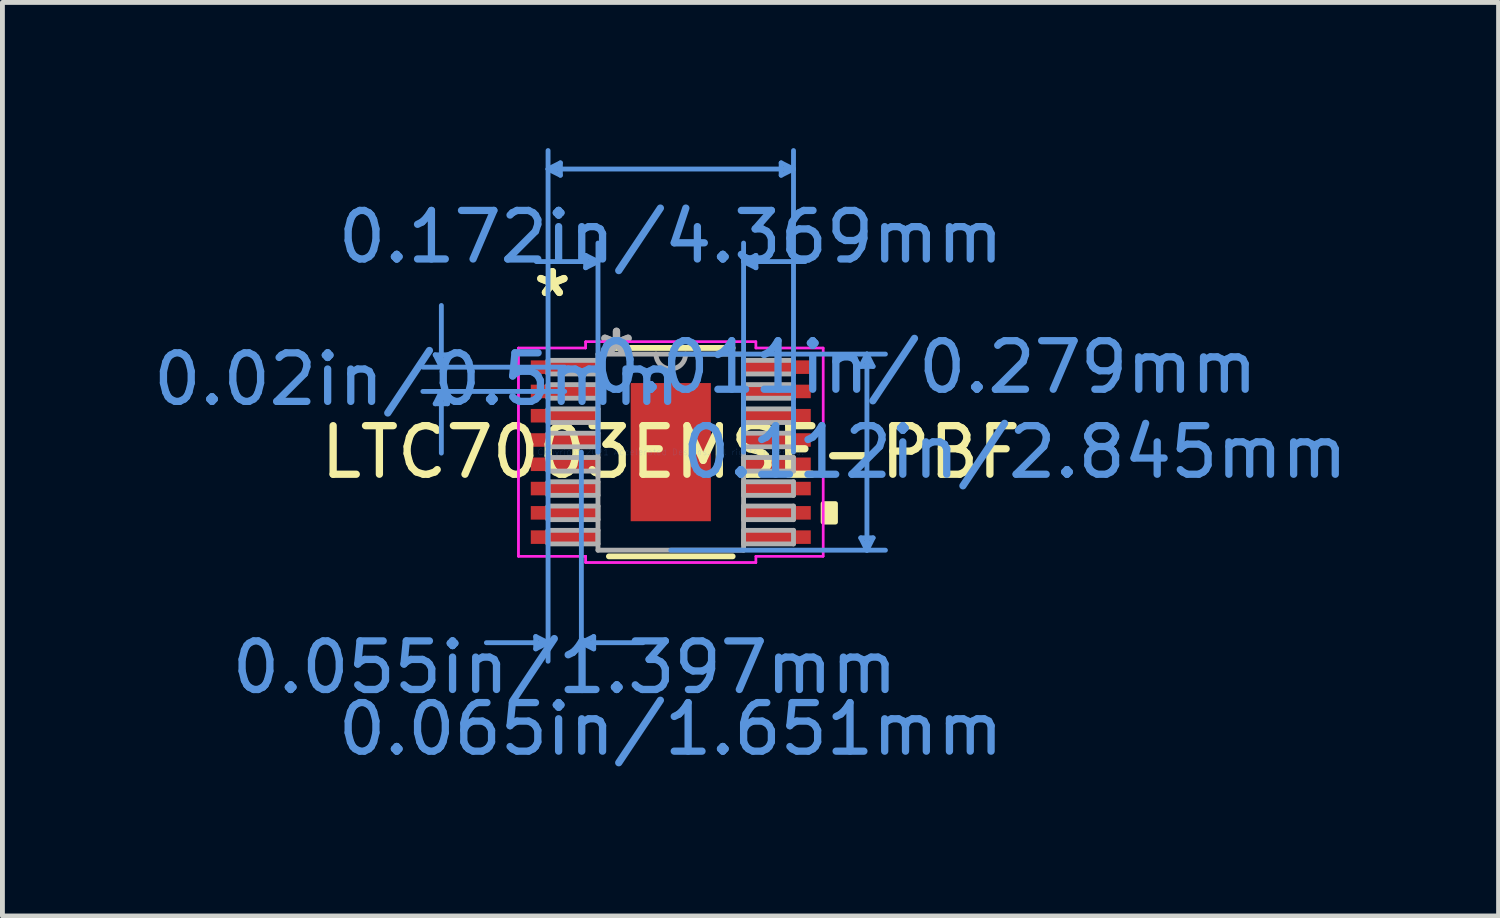
<source format=kicad_pcb>
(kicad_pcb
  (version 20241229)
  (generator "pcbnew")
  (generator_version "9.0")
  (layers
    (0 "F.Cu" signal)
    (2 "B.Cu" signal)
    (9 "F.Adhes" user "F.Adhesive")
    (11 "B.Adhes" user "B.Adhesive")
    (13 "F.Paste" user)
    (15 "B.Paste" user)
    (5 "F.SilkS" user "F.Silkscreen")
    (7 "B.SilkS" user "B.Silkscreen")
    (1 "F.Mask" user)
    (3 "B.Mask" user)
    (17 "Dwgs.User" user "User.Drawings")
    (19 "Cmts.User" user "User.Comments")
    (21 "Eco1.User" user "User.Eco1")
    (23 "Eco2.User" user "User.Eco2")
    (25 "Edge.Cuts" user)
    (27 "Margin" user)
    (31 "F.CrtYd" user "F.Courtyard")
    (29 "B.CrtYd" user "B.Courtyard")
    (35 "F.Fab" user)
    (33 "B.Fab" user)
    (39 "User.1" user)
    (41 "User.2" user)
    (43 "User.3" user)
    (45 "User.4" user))
  (footprint "LTC7003EMSE-PBF"
    (layer "F.Cu")
    (at 10.762 6.26)
    (property "Reference" "LTC7003EMSE-PBF" (at 0 0 0) (layer "F.SilkS") (effects (font (size 1 1) (thickness 0.15))))
    (attr through_hole)
    (fp_line (start -1.274 2.146) (end 1.274 2.146) (stroke (width 0.12) (type solid)) (layer "F.SilkS"))
    (fp_line (start 1.274 -2.146) (end -1.274 -2.146) (stroke (width 0.12) (type solid)) (layer "F.SilkS"))
    (fp_poly (pts (xy 3.391 1.06) (xy 3.391 1.44) (xy 3.137 1.44) (xy 3.137 1.06)) (stroke (width 0.1) (type solid)) (fill yes) (layer "F.SilkS"))
    (fp_poly (pts (xy -0.726 -1.322) (xy -0.726 -0.1) (xy 0.726 -0.1) (xy 0.726 -1.322)) (stroke (width 0.1) (type solid)) (fill yes) (layer "F.Paste"))
    (fp_poly (pts (xy -0.726 0.1) (xy -0.726 1.322) (xy 0.726 1.322) (xy 0.726 0.1)) (stroke (width 0.1) (type solid)) (fill yes) (layer "F.Paste"))
    (fp_line (start -4.851 -2.004) (end -4.597 -2.004) (stroke (width 0.1) (type solid)) (layer "Cmts.User"))
    (fp_line (start -4.851 -0.996) (end -4.597 -0.996) (stroke (width 0.1) (type solid)) (layer "Cmts.User"))
    (fp_line (start -4.724 -1.75) (end -4.851 -2.004) (stroke (width 0.1) (type solid)) (layer "Cmts.User"))
    (fp_line (start -4.724 -1.75) (end -4.724 -3.02) (stroke (width 0.1) (type solid)) (layer "Cmts.User"))
    (fp_line (start -4.724 -1.75) (end -4.597 -2.004) (stroke (width 0.1) (type solid)) (layer "Cmts.User"))
    (fp_line (start -4.724 -1.25) (end -4.851 -0.996) (stroke (width 0.1) (type solid)) (layer "Cmts.User"))
    (fp_line (start -4.724 -1.25) (end -4.724 0.02) (stroke (width 0.1) (type solid)) (layer "Cmts.User"))
    (fp_line (start -4.724 -1.25) (end -4.597 -0.996) (stroke (width 0.1) (type solid)) (layer "Cmts.User"))
    (fp_line (start -2.781 3.797) (end -2.781 4.051) (stroke (width 0.1) (type solid)) (layer "Cmts.User"))
    (fp_line (start -2.527 -5.829) (end -2.273 -5.956) (stroke (width 0.1) (type solid)) (layer "Cmts.User"))
    (fp_line (start -2.527 -5.829) (end -2.273 -5.702) (stroke (width 0.1) (type solid)) (layer "Cmts.User"))
    (fp_line (start -2.527 -5.829) (end 2.527 -5.829) (stroke (width 0.1) (type solid)) (layer "Cmts.User"))
    (fp_line (start -2.527 0) (end -2.527 -6.21) (stroke (width 0.1) (type solid)) (layer "Cmts.User"))
    (fp_line (start -2.527 0) (end -2.527 4.305) (stroke (width 0.1) (type solid)) (layer "Cmts.User"))
    (fp_line (start -2.527 3.924) (end -3.797 3.924) (stroke (width 0.1) (type solid)) (layer "Cmts.User"))
    (fp_line (start -2.527 3.924) (end -2.781 3.797) (stroke (width 0.1) (type solid)) (layer "Cmts.User"))
    (fp_line (start -2.527 3.924) (end -2.781 4.051) (stroke (width 0.1) (type solid)) (layer "Cmts.User"))
    (fp_line (start -2.273 -5.956) (end -2.273 -5.702) (stroke (width 0.1) (type solid)) (layer "Cmts.User"))
    (fp_line (start -2.184 -1.75) (end -5.105 -1.75) (stroke (width 0.1) (type solid)) (layer "Cmts.User"))
    (fp_line (start -2.184 -1.25) (end -5.105 -1.25) (stroke (width 0.1) (type solid)) (layer "Cmts.User"))
    (fp_line (start -1.841 0) (end -1.841 4.305) (stroke (width 0.1) (type solid)) (layer "Cmts.User"))
    (fp_line (start -1.841 3.924) (end -1.587 3.797) (stroke (width 0.1) (type solid)) (layer "Cmts.User"))
    (fp_line (start -1.841 3.924) (end -1.587 4.051) (stroke (width 0.1) (type solid)) (layer "Cmts.User"))
    (fp_line (start -1.841 3.924) (end -0.572 3.924) (stroke (width 0.1) (type solid)) (layer "Cmts.User"))
    (fp_line (start -1.753 -4.051) (end -1.753 -3.797) (stroke (width 0.1) (type solid)) (layer "Cmts.User"))
    (fp_line (start -1.587 3.797) (end -1.587 4.051) (stroke (width 0.1) (type solid)) (layer "Cmts.User"))
    (fp_line (start -1.499 -3.924) (end -2.769 -3.924) (stroke (width 0.1) (type solid)) (layer "Cmts.User"))
    (fp_line (start -1.499 -3.924) (end -1.753 -4.051) (stroke (width 0.1) (type solid)) (layer "Cmts.User"))
    (fp_line (start -1.499 -3.924) (end -1.753 -3.797) (stroke (width 0.1) (type solid)) (layer "Cmts.User"))
    (fp_line (start -1.499 0) (end -1.499 -4.305) (stroke (width 0.1) (type solid)) (layer "Cmts.User"))
    (fp_line (start 0 -2.019) (end 4.42 -2.019) (stroke (width 0.1) (type solid)) (layer "Cmts.User"))
    (fp_line (start 0 2.019) (end 4.42 2.019) (stroke (width 0.1) (type solid)) (layer "Cmts.User"))
    (fp_line (start 1.499 -3.924) (end 1.753 -4.051) (stroke (width 0.1) (type solid)) (layer "Cmts.User"))
    (fp_line (start 1.499 -3.924) (end 1.753 -3.797) (stroke (width 0.1) (type solid)) (layer "Cmts.User"))
    (fp_line (start 1.499 -3.924) (end 2.769 -3.924) (stroke (width 0.1) (type solid)) (layer "Cmts.User"))
    (fp_line (start 1.499 0) (end 1.499 -4.305) (stroke (width 0.1) (type solid)) (layer "Cmts.User"))
    (fp_line (start 1.753 -4.051) (end 1.753 -3.797) (stroke (width 0.1) (type solid)) (layer "Cmts.User"))
    (fp_line (start 2.273 -5.956) (end 2.273 -5.702) (stroke (width 0.1) (type solid)) (layer "Cmts.User"))
    (fp_line (start 2.527 -5.829) (end 2.273 -5.956) (stroke (width 0.1) (type solid)) (layer "Cmts.User"))
    (fp_line (start 2.527 -5.829) (end 2.273 -5.702) (stroke (width 0.1) (type solid)) (layer "Cmts.User"))
    (fp_line (start 2.527 0) (end 2.527 -6.21) (stroke (width 0.1) (type solid)) (layer "Cmts.User"))
    (fp_line (start 3.912 -1.765) (end 4.166 -1.765) (stroke (width 0.1) (type solid)) (layer "Cmts.User"))
    (fp_line (start 3.912 1.765) (end 4.166 1.765) (stroke (width 0.1) (type solid)) (layer "Cmts.User"))
    (fp_line (start 4.039 -2.019) (end 3.912 -1.765) (stroke (width 0.1) (type solid)) (layer "Cmts.User"))
    (fp_line (start 4.039 -2.019) (end 4.039 2.019) (stroke (width 0.1) (type solid)) (layer "Cmts.User"))
    (fp_line (start 4.039 -2.019) (end 4.166 -1.765) (stroke (width 0.1) (type solid)) (layer "Cmts.User"))
    (fp_line (start 4.039 2.019) (end 3.912 1.765) (stroke (width 0.1) (type solid)) (layer "Cmts.User"))
    (fp_line (start 4.039 2.019) (end 4.166 1.765) (stroke (width 0.1) (type solid)) (layer "Cmts.User"))
    (fp_line (start -3.137 -2.144) (end -1.753 -2.144) (stroke (width 0.05) (type solid)) (layer "F.CrtYd"))
    (fp_line (start -3.137 -2.144) (end -1.753 -2.144) (stroke (width 0.05) (type solid)) (layer "F.CrtYd"))
    (fp_line (start -3.137 2.144) (end -3.137 -2.144) (stroke (width 0.05) (type solid)) (layer "F.CrtYd"))
    (fp_line (start -3.137 2.144) (end -3.137 -2.144) (stroke (width 0.05) (type solid)) (layer "F.CrtYd"))
    (fp_line (start -3.137 2.144) (end -1.753 2.144) (stroke (width 0.05) (type solid)) (layer "F.CrtYd"))
    (fp_line (start -1.753 -2.273) (end 1.753 -2.273) (stroke (width 0.05) (type solid)) (layer "F.CrtYd"))
    (fp_line (start -1.753 -2.273) (end 1.753 -2.273) (stroke (width 0.05) (type solid)) (layer "F.CrtYd"))
    (fp_line (start -1.753 -2.144) (end -1.753 -2.273) (stroke (width 0.05) (type solid)) (layer "F.CrtYd"))
    (fp_line (start -1.753 -2.144) (end -1.753 -2.273) (stroke (width 0.05) (type solid)) (layer "F.CrtYd"))
    (fp_line (start -1.753 2.144) (end -3.137 2.144) (stroke (width 0.05) (type solid)) (layer "F.CrtYd"))
    (fp_line (start -1.753 2.273) (end -1.753 2.144) (stroke (width 0.05) (type solid)) (layer "F.CrtYd"))
    (fp_line (start -1.753 2.273) (end -1.753 2.144) (stroke (width 0.05) (type solid)) (layer "F.CrtYd"))
    (fp_line (start 1.753 -2.273) (end 1.753 -2.144) (stroke (width 0.05) (type solid)) (layer "F.CrtYd"))
    (fp_line (start 1.753 -2.273) (end 1.753 -2.144) (stroke (width 0.05) (type solid)) (layer "F.CrtYd"))
    (fp_line (start 1.753 -2.144) (end 3.137 -2.144) (stroke (width 0.05) (type solid)) (layer "F.CrtYd"))
    (fp_line (start 1.753 2.144) (end 1.753 2.273) (stroke (width 0.05) (type solid)) (layer "F.CrtYd"))
    (fp_line (start 1.753 2.144) (end 1.753 2.273) (stroke (width 0.05) (type solid)) (layer "F.CrtYd"))
    (fp_line (start 1.753 2.273) (end -1.753 2.273) (stroke (width 0.05) (type solid)) (layer "F.CrtYd"))
    (fp_line (start 1.753 2.273) (end -1.753 2.273) (stroke (width 0.05) (type solid)) (layer "F.CrtYd"))
    (fp_line (start 3.137 -2.144) (end 1.753 -2.144) (stroke (width 0.05) (type solid)) (layer "F.CrtYd"))
    (fp_line (start 3.137 -2.144) (end 3.137 2.144) (stroke (width 0.05) (type solid)) (layer "F.CrtYd"))
    (fp_line (start 3.137 -2.144) (end 3.137 2.144) (stroke (width 0.05) (type solid)) (layer "F.CrtYd"))
    (fp_line (start 3.137 2.144) (end 1.753 2.144) (stroke (width 0.05) (type solid)) (layer "F.CrtYd"))
    (fp_line (start 3.137 2.144) (end 1.753 2.144) (stroke (width 0.05) (type solid)) (layer "F.CrtYd"))
    (fp_line (start -2.527 -1.89) (end -2.527 -1.61) (stroke (width 0.1) (type solid)) (layer "F.Fab"))
    (fp_line (start -2.527 -1.61) (end -1.499 -1.61) (stroke (width 0.1) (type solid)) (layer "F.Fab"))
    (fp_line (start -2.527 -1.39) (end -2.527 -1.11) (stroke (width 0.1) (type solid)) (layer "F.Fab"))
    (fp_line (start -2.527 -1.11) (end -1.499 -1.11) (stroke (width 0.1) (type solid)) (layer "F.Fab"))
    (fp_line (start -2.527 -0.89) (end -2.527 -0.61) (stroke (width 0.1) (type solid)) (layer "F.Fab"))
    (fp_line (start -2.527 -0.61) (end -1.499 -0.61) (stroke (width 0.1) (type solid)) (layer "F.Fab"))
    (fp_line (start -2.527 -0.39) (end -2.527 -0.11) (stroke (width 0.1) (type solid)) (layer "F.Fab"))
    (fp_line (start -2.527 -0.11) (end -1.499 -0.11) (stroke (width 0.1) (type solid)) (layer "F.Fab"))
    (fp_line (start -2.527 0.11) (end -2.527 0.39) (stroke (width 0.1) (type solid)) (layer "F.Fab"))
    (fp_line (start -2.527 0.39) (end -1.499 0.39) (stroke (width 0.1) (type solid)) (layer "F.Fab"))
    (fp_line (start -2.527 0.61) (end -2.527 0.89) (stroke (width 0.1) (type solid)) (layer "F.Fab"))
    (fp_line (start -2.527 0.89) (end -1.499 0.89) (stroke (width 0.1) (type solid)) (layer "F.Fab"))
    (fp_line (start -2.527 1.11) (end -2.527 1.39) (stroke (width 0.1) (type solid)) (layer "F.Fab"))
    (fp_line (start -2.527 1.39) (end -1.499 1.39) (stroke (width 0.1) (type solid)) (layer "F.Fab"))
    (fp_line (start -2.527 1.61) (end -2.527 1.89) (stroke (width 0.1) (type solid)) (layer "F.Fab"))
    (fp_line (start -2.527 1.89) (end -1.499 1.89) (stroke (width 0.1) (type solid)) (layer "F.Fab"))
    (fp_line (start -1.499 -2.019) (end -1.499 2.019) (stroke (width 0.1) (type solid)) (layer "F.Fab"))
    (fp_line (start -1.499 -1.89) (end -2.527 -1.89) (stroke (width 0.1) (type solid)) (layer "F.Fab"))
    (fp_line (start -1.499 -1.61) (end -1.499 -1.89) (stroke (width 0.1) (type solid)) (layer "F.Fab"))
    (fp_line (start -1.499 -1.39) (end -2.527 -1.39) (stroke (width 0.1) (type solid)) (layer "F.Fab"))
    (fp_line (start -1.499 -1.11) (end -1.499 -1.39) (stroke (width 0.1) (type solid)) (layer "F.Fab"))
    (fp_line (start -1.499 -0.89) (end -2.527 -0.89) (stroke (width 0.1) (type solid)) (layer "F.Fab"))
    (fp_line (start -1.499 -0.61) (end -1.499 -0.89) (stroke (width 0.1) (type solid)) (layer "F.Fab"))
    (fp_line (start -1.499 -0.39) (end -2.527 -0.39) (stroke (width 0.1) (type solid)) (layer "F.Fab"))
    (fp_line (start -1.499 -0.11) (end -1.499 -0.39) (stroke (width 0.1) (type solid)) (layer "F.Fab"))
    (fp_line (start -1.499 0.11) (end -2.527 0.11) (stroke (width 0.1) (type solid)) (layer "F.Fab"))
    (fp_line (start -1.499 0.39) (end -1.499 0.11) (stroke (width 0.1) (type solid)) (layer "F.Fab"))
    (fp_line (start -1.499 0.61) (end -2.527 0.61) (stroke (width 0.1) (type solid)) (layer "F.Fab"))
    (fp_line (start -1.499 0.89) (end -1.499 0.61) (stroke (width 0.1) (type solid)) (layer "F.Fab"))
    (fp_line (start -1.499 1.11) (end -2.527 1.11) (stroke (width 0.1) (type solid)) (layer "F.Fab"))
    (fp_line (start -1.499 1.39) (end -1.499 1.11) (stroke (width 0.1) (type solid)) (layer "F.Fab"))
    (fp_line (start -1.499 1.61) (end -2.527 1.61) (stroke (width 0.1) (type solid)) (layer "F.Fab"))
    (fp_line (start -1.499 1.89) (end -1.499 1.61) (stroke (width 0.1) (type solid)) (layer "F.Fab"))
    (fp_line (start -1.499 2.019) (end 1.499 2.019) (stroke (width 0.1) (type solid)) (layer "F.Fab"))
    (fp_line (start 1.499 -2.019) (end -1.499 -2.019) (stroke (width 0.1) (type solid)) (layer "F.Fab"))
    (fp_line (start 1.499 -1.89) (end 1.499 -1.61) (stroke (width 0.1) (type solid)) (layer "F.Fab"))
    (fp_line (start 1.499 -1.61) (end 2.527 -1.61) (stroke (width 0.1) (type solid)) (layer "F.Fab"))
    (fp_line (start 1.499 -1.39) (end 1.499 -1.11) (stroke (width 0.1) (type solid)) (layer "F.Fab"))
    (fp_line (start 1.499 -1.11) (end 2.527 -1.11) (stroke (width 0.1) (type solid)) (layer "F.Fab"))
    (fp_line (start 1.499 -0.89) (end 1.499 -0.61) (stroke (width 0.1) (type solid)) (layer "F.Fab"))
    (fp_line (start 1.499 -0.61) (end 2.527 -0.61) (stroke (width 0.1) (type solid)) (layer "F.Fab"))
    (fp_line (start 1.499 -0.39) (end 1.499 -0.11) (stroke (width 0.1) (type solid)) (layer "F.Fab"))
    (fp_line (start 1.499 -0.11) (end 2.527 -0.11) (stroke (width 0.1) (type solid)) (layer "F.Fab"))
    (fp_line (start 1.499 0.11) (end 1.499 0.39) (stroke (width 0.1) (type solid)) (layer "F.Fab"))
    (fp_line (start 1.499 0.39) (end 2.527 0.39) (stroke (width 0.1) (type solid)) (layer "F.Fab"))
    (fp_line (start 1.499 0.61) (end 1.499 0.89) (stroke (width 0.1) (type solid)) (layer "F.Fab"))
    (fp_line (start 1.499 0.89) (end 2.527 0.89) (stroke (width 0.1) (type solid)) (layer "F.Fab"))
    (fp_line (start 1.499 1.11) (end 1.499 1.39) (stroke (width 0.1) (type solid)) (layer "F.Fab"))
    (fp_line (start 1.499 1.39) (end 2.527 1.39) (stroke (width 0.1) (type solid)) (layer "F.Fab"))
    (fp_line (start 1.499 1.61) (end 1.499 1.89) (stroke (width 0.1) (type solid)) (layer "F.Fab"))
    (fp_line (start 1.499 1.89) (end 2.527 1.89) (stroke (width 0.1) (type solid)) (layer "F.Fab"))
    (fp_line (start 1.499 2.019) (end 1.499 -2.019) (stroke (width 0.1) (type solid)) (layer "F.Fab"))
    (fp_line (start 2.527 -1.89) (end 1.499 -1.89) (stroke (width 0.1) (type solid)) (layer "F.Fab"))
    (fp_line (start 2.527 -1.61) (end 2.527 -1.89) (stroke (width 0.1) (type solid)) (layer "F.Fab"))
    (fp_line (start 2.527 -1.39) (end 1.499 -1.39) (stroke (width 0.1) (type solid)) (layer "F.Fab"))
    (fp_line (start 2.527 -1.11) (end 2.527 -1.39) (stroke (width 0.1) (type solid)) (layer "F.Fab"))
    (fp_line (start 2.527 -0.89) (end 1.499 -0.89) (stroke (width 0.1) (type solid)) (layer "F.Fab"))
    (fp_line (start 2.527 -0.61) (end 2.527 -0.89) (stroke (width 0.1) (type solid)) (layer "F.Fab"))
    (fp_line (start 2.527 -0.39) (end 1.499 -0.39) (stroke (width 0.1) (type solid)) (layer "F.Fab"))
    (fp_line (start 2.527 -0.11) (end 2.527 -0.39) (stroke (width 0.1) (type solid)) (layer "F.Fab"))
    (fp_line (start 2.527 0.11) (end 1.499 0.11) (stroke (width 0.1) (type solid)) (layer "F.Fab"))
    (fp_line (start 2.527 0.39) (end 2.527 0.11) (stroke (width 0.1) (type solid)) (layer "F.Fab"))
    (fp_line (start 2.527 0.61) (end 1.499 0.61) (stroke (width 0.1) (type solid)) (layer "F.Fab"))
    (fp_line (start 2.527 0.89) (end 2.527 0.61) (stroke (width 0.1) (type solid)) (layer "F.Fab"))
    (fp_line (start 2.527 1.11) (end 1.499 1.11) (stroke (width 0.1) (type solid)) (layer "F.Fab"))
    (fp_line (start 2.527 1.39) (end 2.527 1.11) (stroke (width 0.1) (type solid)) (layer "F.Fab"))
    (fp_line (start 2.527 1.61) (end 1.499 1.61) (stroke (width 0.1) (type solid)) (layer "F.Fab"))
    (fp_line (start 2.527 1.89) (end 2.527 1.61) (stroke (width 0.1) (type solid)) (layer "F.Fab"))
    (fp_arc (start 0.3048 -2.0193) (mid 0 -1.7145) (end -0.3048 -2.0193) (stroke (width 0.1) (type solid)) (layer "F.Fab"))
    (fp_text user "*" (at -2.438 -3.172 0) (layer "F.SilkS") (effects (font (size 1 1) (thickness 0.15))))
    (fp_text user "*" (at -2.438 -3.172 0) (layer "F.SilkS") (effects (font (size 1 1) (thickness 0.15))))
    (fp_text user "0.172in/4.369mm" (at 0 -4.432 0) (layer "Cmts.User") (effects (font (size 1 1) (thickness 0.15))))
    (fp_text user "0.065in/1.651mm" (at 0 5.702 0) (layer "Cmts.User") (effects (font (size 1 1) (thickness 0.15))))
    (fp_text user "0.055in/1.397mm" (at -2.184 4.432 0) (layer "Cmts.User") (effects (font (size 1 1) (thickness 0.15))))
    (fp_text user "Copyright 2021 Accelerated Designs. All rights reserved." (at 0 0 0) (layer "Cmts.User") (effects (font (size 0.127 0.127) (thickness 0.002))))
    (fp_text user "0.112in/2.845mm" (at 7.087 0 0) (layer "Cmts.User") (effects (font (size 1 1) (thickness 0.15))))
    (fp_text user "0.011in/0.279mm" (at 5.232 -1.75 0) (layer "Cmts.User") (effects (font (size 1 1) (thickness 0.15))))
    (fp_text user "0.02in/0.5mm" (at -5.232 -1.5 0) (layer "Cmts.User") (effects (font (size 1 1) (thickness 0.15))))
    (fp_text user "*" (at -1.118 -1.943 0) (layer "F.Fab") (effects (font (size 1 1) (thickness 0.15))))
    (fp_text user "*" (at -1.118 -1.943 0) (layer "F.Fab") (effects (font (size 1 1) (thickness 0.15))))
    (pad "1" smd rect (at -2.184 -1.75) (size 1.397 0.279) (layers "F.Cu" "F.Mask" "F.Paste"))
    (pad "2" smd rect (at -2.184 -1.25) (size 1.397 0.279) (layers "F.Cu" "F.Mask" "F.Paste"))
    (pad "3" smd rect (at -2.184 -0.75) (size 1.397 0.279) (layers "F.Cu" "F.Mask" "F.Paste"))
    (pad "4" smd rect (at -2.184 -0.25) (size 1.397 0.279) (layers "F.Cu" "F.Mask" "F.Paste"))
    (pad "5" smd rect (at -2.184 0.25) (size 1.397 0.279) (layers "F.Cu" "F.Mask" "F.Paste"))
    (pad "6" smd rect (at -2.184 0.75) (size 1.397 0.279) (layers "F.Cu" "F.Mask" "F.Paste"))
    (pad "7" smd rect (at -2.184 1.25) (size 1.397 0.279) (layers "F.Cu" "F.Mask" "F.Paste"))
    (pad "8" smd rect (at -2.184 1.75) (size 1.397 0.279) (layers "F.Cu" "F.Mask" "F.Paste"))
    (pad "9" smd rect (at 2.184 1.75) (size 1.397 0.279) (layers "F.Cu" "F.Mask" "F.Paste"))
    (pad "10" smd rect (at 2.184 1.25) (size 1.397 0.279) (layers "F.Cu" "F.Mask" "F.Paste"))
    (pad "11" smd rect (at 2.184 0.75) (size 1.397 0.279) (layers "F.Cu" "F.Mask" "F.Paste"))
    (pad "12" smd rect (at 2.184 0.25) (size 1.397 0.279) (layers "F.Cu" "F.Mask" "F.Paste"))
    (pad "13" smd rect (at 2.184 -0.25) (size 1.397 0.279) (layers "F.Cu" "F.Mask" "F.Paste"))
    (pad "14" smd rect (at 2.184 -0.75) (size 1.397 0.279) (layers "F.Cu" "F.Mask" "F.Paste"))
    (pad "15" smd rect (at 2.184 -1.25) (size 1.397 0.279) (layers "F.Cu" "F.Mask" "F.Paste"))
    (pad "16" smd rect (at 2.184 -1.75) (size 1.397 0.279) (layers "F.Cu" "F.Mask" "F.Paste"))
    (pad "EPAD" smd rect (at 0 0) (size 1.651 2.845) (layers "F.Cu" "F.Mask")))
  (gr_rect
    (start -3 -3)
    (end 27.807 15.811)
    (stroke (width 0.1) (type default))
    (fill no)
    (layer "Edge.Cuts")))
</source>
